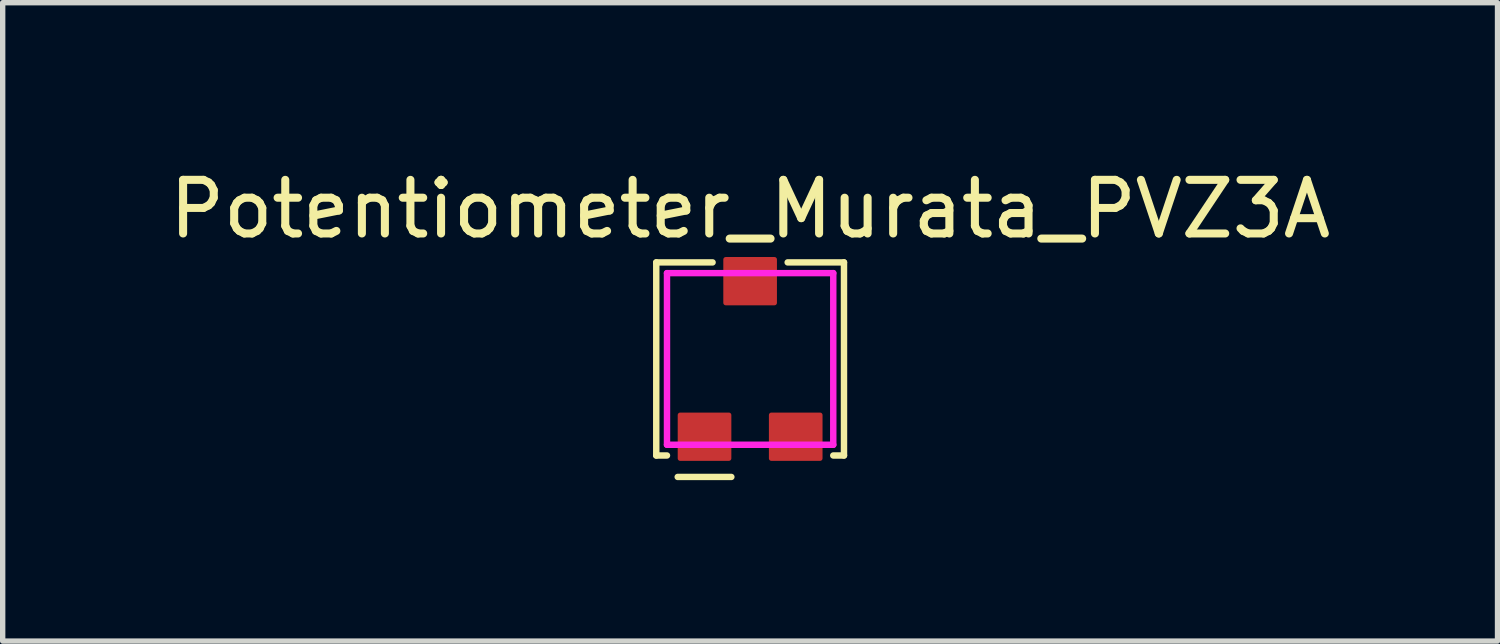
<source format=kicad_pcb>
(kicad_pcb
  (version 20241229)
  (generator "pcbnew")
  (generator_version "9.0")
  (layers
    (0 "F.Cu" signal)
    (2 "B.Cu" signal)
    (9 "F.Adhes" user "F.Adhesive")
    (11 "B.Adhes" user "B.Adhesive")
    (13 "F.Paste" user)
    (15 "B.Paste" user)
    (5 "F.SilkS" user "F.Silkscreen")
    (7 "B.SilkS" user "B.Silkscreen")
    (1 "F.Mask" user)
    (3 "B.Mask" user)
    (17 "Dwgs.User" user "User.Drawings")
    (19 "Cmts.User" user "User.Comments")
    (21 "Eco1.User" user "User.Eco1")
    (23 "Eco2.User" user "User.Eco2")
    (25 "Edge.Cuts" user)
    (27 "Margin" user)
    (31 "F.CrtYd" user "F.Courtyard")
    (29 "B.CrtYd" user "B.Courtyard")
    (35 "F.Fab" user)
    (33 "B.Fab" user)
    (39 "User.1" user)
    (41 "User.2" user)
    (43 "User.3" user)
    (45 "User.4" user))
  (footprint "Potentiometer_Murata_PVZ3A"
    (layer "F.Cu")
    (at 10.935 3.642)
    (property "Reference" "Potentiometer_Murata_PVZ3A" (at 0 -2.794 0) (unlocked yes) (layer "F.SilkS") (effects (font (size 1 1) (thickness 0.15))))
    (attr smd)
    (fp_line (start -1.75 -1.8) (end -1.75 1.8) (stroke (width 0.12) (type solid)) (layer "F.SilkS"))
    (fp_line (start -1.75 -1.8) (end -0.7 -1.8) (stroke (width 0.12) (type solid)) (layer "F.SilkS"))
    (fp_line (start -1.75 1.8) (end -1.55 1.8) (stroke (width 0.12) (type solid)) (layer "F.SilkS"))
    (fp_line (start -1.35 2.2) (end -0.35 2.2) (stroke (width 0.12) (type solid)) (layer "F.SilkS"))
    (fp_line (start 0.7 -1.8) (end 1.75 -1.8) (stroke (width 0.12) (type solid)) (layer "F.SilkS"))
    (fp_line (start 1.75 -1.8) (end 1.75 1.8) (stroke (width 0.12) (type solid)) (layer "F.SilkS"))
    (fp_line (start 1.75 1.8) (end 1.55 1.8) (stroke (width 0.12) (type solid)) (layer "F.SilkS"))
    (fp_line (start -1.55 -1.6) (end 1.55 -1.6) (stroke (width 0.12) (type solid)) (layer "F.CrtYd"))
    (fp_line (start -1.55 1.6) (end -1.55 -1.6) (stroke (width 0.12) (type solid)) (layer "F.CrtYd"))
    (fp_line (start 1.55 -1.6) (end 1.55 1.6) (stroke (width 0.12) (type solid)) (layer "F.CrtYd"))
    (fp_line (start 1.55 1.6) (end -1.55 1.6) (stroke (width 0.12) (type solid)) (layer "F.CrtYd"))
    (pad "1" smd roundrect (at -0.85 1.45) (size 1 0.9) (layers "F.Cu" "F.Mask" "F.Paste") (roundrect_rratio 0.05))
    (pad "2" smd roundrect (at 0 -1.45) (size 1 0.9) (layers "F.Cu" "F.Mask" "F.Paste") (roundrect_rratio 0.05))
    (pad "3" smd roundrect (at 0.85 1.45) (size 1 0.9) (layers "F.Cu" "F.Mask" "F.Paste") (roundrect_rratio 0.05)))
  (gr_rect
    (start -3 -3)
    (end 24.869 8.902)
    (stroke (width 0.1) (type default))
    (fill no)
    (layer "Edge.Cuts")))
</source>
